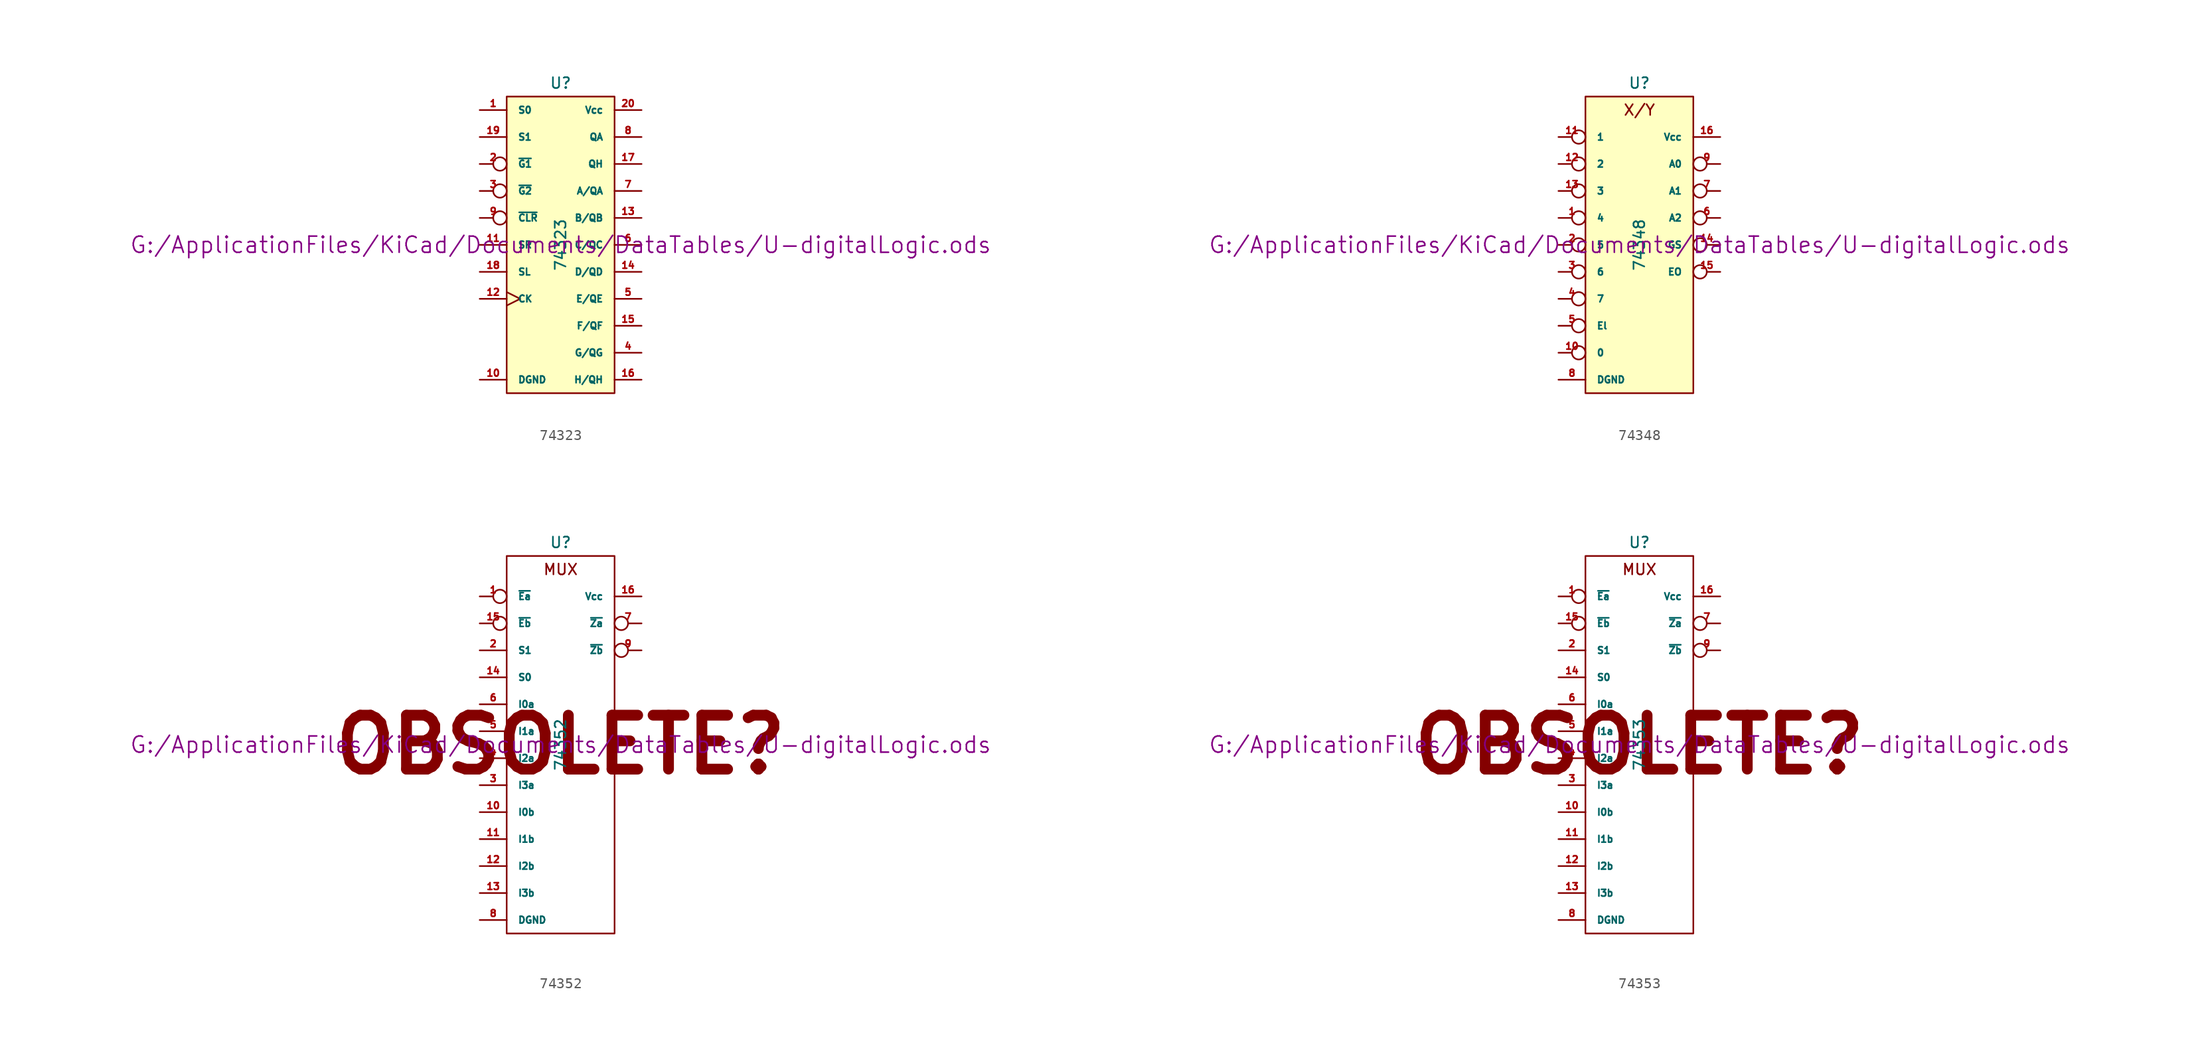
<source format=kicad_sym>
(kicad_symbol_lib
  (version 20211014)
  (generator kicad_symbol_editor)
  (symbol "74323"
    (pin_names
      (offset 1.016))
    (property "Reference" "U"
      (at 0 15.24 0)
      (effects (font (size 1.016 1.016))))
    (property "Value" "74323"
      (at 0 0 90)
      (effects (font (size 1.016 1.016))))
    (property "Footprint" ""
      (at 0 0 0)
      (effects (font (size 1.524 1.524))))
    (property "Datasheet" "G:/ApplicationFiles/KiCad/Documents/DataTables/U-digitalLogic.ods"
      (at 0 0 0)
      (effects (font (size 1.524 1.524))))
    (symbol "74323_0_1"
      (rectangle (start -5.08 13.97) (end 5.08 -13.97) (stroke (width 0) (type default) (color 0 0 0 0)) (fill (type background))))
    (symbol "74323_1_1"
      (pin input line (at -7.62 12.7 0) (length 2.54) (name "S0" (effects (font (size 0.635 0.635)))) (number "1" (effects (font (size 0.635 0.635)))))
      (pin power_in line (at -7.62 -12.7 0) (length 2.54) (name "DGND" (effects (font (size 0.635 0.635)))) (number "10" (effects (font (size 0.635 0.635)))))
      (pin input line (at -7.62 0 0) (length 2.54) (name "SR" (effects (font (size 0.635 0.635)))) (number "11" (effects (font (size 0.635 0.635)))))
      (pin input clock (at -7.62 -5.08 0) (length 2.54) (name "CK" (effects (font (size 0.635 0.635)))) (number "12" (effects (font (size 0.635 0.635)))))
      (pin tri_state line (at 7.62 2.54 180) (length 2.54) (name "B/QB" (effects (font (size 0.635 0.635)))) (number "13" (effects (font (size 0.635 0.635)))))
      (pin tri_state line (at 7.62 -2.54 180) (length 2.54) (name "D/QD" (effects (font (size 0.635 0.635)))) (number "14" (effects (font (size 0.635 0.635)))))
      (pin tri_state line (at 7.62 -7.62 180) (length 2.54) (name "F/QF" (effects (font (size 0.635 0.635)))) (number "15" (effects (font (size 0.635 0.635)))))
      (pin tri_state line (at 7.62 -12.7 180) (length 2.54) (name "H/QH" (effects (font (size 0.635 0.635)))) (number "16" (effects (font (size 0.635 0.635)))))
      (pin output line (at 7.62 7.62 180) (length 2.54) (name "QH" (effects (font (size 0.635 0.635)))) (number "17" (effects (font (size 0.635 0.635)))))
      (pin input line (at -7.62 -2.54 0) (length 2.54) (name "SL" (effects (font (size 0.635 0.635)))) (number "18" (effects (font (size 0.635 0.635)))))
      (pin input line (at -7.62 10.16 0) (length 2.54) (name "S1" (effects (font (size 0.635 0.635)))) (number "19" (effects (font (size 0.635 0.635)))))
      (pin input inverted (at -7.62 7.62 0) (length 2.54) (name "~{G1}" (effects (font (size 0.635 0.635)))) (number "2" (effects (font (size 0.635 0.635)))))
      (pin power_in line (at 7.62 12.7 180) (length 2.54) (name "Vcc" (effects (font (size 0.635 0.635)))) (number "20" (effects (font (size 0.635 0.635)))))
      (pin input inverted (at -7.62 5.08 0) (length 2.54) (name "~{G2}" (effects (font (size 0.635 0.635)))) (number "3" (effects (font (size 0.635 0.635)))))
      (pin tri_state line (at 7.62 -10.16 180) (length 2.54) (name "G/QG" (effects (font (size 0.635 0.635)))) (number "4" (effects (font (size 0.635 0.635)))))
      (pin tri_state line (at 7.62 -5.08 180) (length 2.54) (name "E/QE" (effects (font (size 0.635 0.635)))) (number "5" (effects (font (size 0.635 0.635)))))
      (pin tri_state line (at 7.62 0 180) (length 2.54) (name "C/QC" (effects (font (size 0.635 0.635)))) (number "6" (effects (font (size 0.635 0.635)))))
      (pin tri_state line (at 7.62 5.08 180) (length 2.54) (name "A/QA" (effects (font (size 0.635 0.635)))) (number "7" (effects (font (size 0.635 0.635)))))
      (pin output line (at 7.62 10.16 180) (length 2.54) (name "QA" (effects (font (size 0.635 0.635)))) (number "8" (effects (font (size 0.635 0.635)))))
      (pin input inverted (at -7.62 2.54 0) (length 2.54) (name "~{CLR}" (effects (font (size 0.635 0.635)))) (number "9" (effects (font (size 0.635 0.635)))))))
  (symbol "74348"
    (pin_names
      (offset 1.016))
    (property "Reference" "U"
      (at 0 15.24 0)
      (effects (font (size 1.016 1.016))))
    (property "Value" "74348"
      (at 0 0 90)
      (effects (font (size 1.016 1.016))))
    (property "Footprint" ""
      (at 0 0 0)
      (effects (font (size 1.524 1.524))))
    (property "Datasheet" "G:/ApplicationFiles/KiCad/Documents/DataTables/U-digitalLogic.ods"
      (at 0 0 0)
      (effects (font (size 1.524 1.524))))
    (symbol "74348_0_0"
      (text "X/Y" (at 0 12.7 0) (effects (font (size 1.016 1.016)))))
    (symbol "74348_0_1"
      (rectangle (start -5.08 13.97) (end 5.08 -13.97) (stroke (width 0) (type default) (color 0 0 0 0)) (fill (type background))))
    (symbol "74348_1_1"
      (pin input inverted (at -7.62 2.54 0) (length 2.54) (name "4" (effects (font (size 0.635 0.635)))) (number "1" (effects (font (size 0.635 0.635)))))
      (pin input inverted (at -7.62 -10.16 0) (length 2.54) (name "0" (effects (font (size 0.635 0.635)))) (number "10" (effects (font (size 0.635 0.635)))))
      (pin input inverted (at -7.62 10.16 0) (length 2.54) (name "1" (effects (font (size 0.635 0.635)))) (number "11" (effects (font (size 0.635 0.635)))))
      (pin input inverted (at -7.62 7.62 0) (length 2.54) (name "2" (effects (font (size 0.635 0.635)))) (number "12" (effects (font (size 0.635 0.635)))))
      (pin input inverted (at -7.62 5.08 0) (length 2.54) (name "3" (effects (font (size 0.635 0.635)))) (number "13" (effects (font (size 0.635 0.635)))))
      (pin tri_state inverted (at 7.62 0 180) (length 2.54) (name "GS" (effects (font (size 0.635 0.635)))) (number "14" (effects (font (size 0.635 0.635)))))
      (pin tri_state inverted (at 7.62 -2.54 180) (length 2.54) (name "EO" (effects (font (size 0.635 0.635)))) (number "15" (effects (font (size 0.635 0.635)))))
      (pin power_in line (at 7.62 10.16 180) (length 2.54) (name "Vcc" (effects (font (size 0.635 0.635)))) (number "16" (effects (font (size 0.635 0.635)))))
      (pin input inverted (at -7.62 0 0) (length 2.54) (name "5" (effects (font (size 0.635 0.635)))) (number "2" (effects (font (size 0.635 0.635)))))
      (pin input inverted (at -7.62 -2.54 0) (length 2.54) (name "6" (effects (font (size 0.635 0.635)))) (number "3" (effects (font (size 0.635 0.635)))))
      (pin input inverted (at -7.62 -5.08 0) (length 2.54) (name "7" (effects (font (size 0.635 0.635)))) (number "4" (effects (font (size 0.635 0.635)))))
      (pin input inverted (at -7.62 -7.62 0) (length 2.54) (name "El" (effects (font (size 0.635 0.635)))) (number "5" (effects (font (size 0.635 0.635)))))
      (pin tri_state inverted (at 7.62 2.54 180) (length 2.54) (name "A2" (effects (font (size 0.635 0.635)))) (number "6" (effects (font (size 0.635 0.635)))))
      (pin tri_state inverted (at 7.62 5.08 180) (length 2.54) (name "A1" (effects (font (size 0.635 0.635)))) (number "7" (effects (font (size 0.635 0.635)))))
      (pin power_in line (at -7.62 -12.7 0) (length 2.54) (name "DGND" (effects (font (size 0.635 0.635)))) (number "8" (effects (font (size 0.635 0.635)))))
      (pin tri_state inverted (at 7.62 7.62 180) (length 2.54) (name "A0" (effects (font (size 0.635 0.635)))) (number "9" (effects (font (size 0.635 0.635)))))))
  (symbol "74352"
    (pin_names
      (offset 1.016))
    (property "Reference" "U"
      (at 0 19.05 0)
      (effects (font (size 1.016 1.016))))
    (property "Value" "74352"
      (at 0 0 90)
      (effects (font (size 1.016 1.016))))
    (property "Footprint" ""
      (at 0 0 0)
      (effects (font (size 1.524 1.524))))
    (property "Datasheet" "G:/ApplicationFiles/KiCad/Documents/DataTables/U-digitalLogic.ods"
      (at 0 0 0)
      (effects (font (size 1.524 1.524))))
    (symbol "74352_0_0"
      (text "MUX" (at 0 16.51 0) (effects (font (size 1.016 1.016))))
      (text "OBSOLETE?" (at 0 0 0) (effects (font (size 5.08 5.08) bold))))
    (symbol "74352_0_1"
      (rectangle (start -5.08 17.78) (end 5.08 -17.78) (stroke (width 0) (type default) (color 0 0 0 0)) (fill (type none))))
    (symbol "74352_1_1"
      (pin input inverted (at -7.62 13.97 0) (length 2.54) (name "~{Ea}" (effects (font (size 0.635 0.635)))) (number "1" (effects (font (size 0.635 0.635)))))
      (pin input line (at -7.62 -6.35 0) (length 2.54) (name "I0b" (effects (font (size 0.635 0.635)))) (number "10" (effects (font (size 0.635 0.635)))))
      (pin input line (at -7.62 -8.89 0) (length 2.54) (name "I1b" (effects (font (size 0.635 0.635)))) (number "11" (effects (font (size 0.635 0.635)))))
      (pin input line (at -7.62 -11.43 0) (length 2.54) (name "I2b" (effects (font (size 0.635 0.635)))) (number "12" (effects (font (size 0.635 0.635)))))
      (pin input line (at -7.62 -13.97 0) (length 2.54) (name "I3b" (effects (font (size 0.635 0.635)))) (number "13" (effects (font (size 0.635 0.635)))))
      (pin input line (at -7.62 6.35 0) (length 2.54) (name "S0" (effects (font (size 0.635 0.635)))) (number "14" (effects (font (size 0.635 0.635)))))
      (pin input inverted (at -7.62 11.43 0) (length 2.54) (name "~{Eb}" (effects (font (size 0.635 0.635)))) (number "15" (effects (font (size 0.635 0.635)))))
      (pin power_in line (at 7.62 13.97 180) (length 2.54) (name "Vcc" (effects (font (size 0.635 0.635)))) (number "16" (effects (font (size 0.635 0.635)))))
      (pin input line (at -7.62 8.89 0) (length 2.54) (name "S1" (effects (font (size 0.635 0.635)))) (number "2" (effects (font (size 0.635 0.635)))))
      (pin input line (at -7.62 -3.81 0) (length 2.54) (name "I3a" (effects (font (size 0.635 0.635)))) (number "3" (effects (font (size 0.635 0.635)))))
      (pin input line (at -7.62 -1.27 0) (length 2.54) (name "I2a" (effects (font (size 0.635 0.635)))) (number "4" (effects (font (size 0.635 0.635)))))
      (pin input line (at -7.62 1.27 0) (length 2.54) (name "I1a" (effects (font (size 0.635 0.635)))) (number "5" (effects (font (size 0.635 0.635)))))
      (pin input line (at -7.62 3.81 0) (length 2.54) (name "I0a" (effects (font (size 0.635 0.635)))) (number "6" (effects (font (size 0.635 0.635)))))
      (pin output inverted (at 7.62 11.43 180) (length 2.54) (name "~{Za}" (effects (font (size 0.635 0.635)))) (number "7" (effects (font (size 0.635 0.635)))))
      (pin power_in line (at -7.62 -16.51 0) (length 2.54) (name "DGND" (effects (font (size 0.635 0.635)))) (number "8" (effects (font (size 0.635 0.635)))))
      (pin output inverted (at 7.62 8.89 180) (length 2.54) (name "~{Zb}" (effects (font (size 0.635 0.635)))) (number "9" (effects (font (size 0.635 0.635)))))))
  (symbol "74353"
    (pin_names
      (offset 1.016))
    (property "Reference" "U"
      (at 0 19.05 0)
      (effects (font (size 1.016 1.016))))
    (property "Value" "74353"
      (at 0 0 90)
      (effects (font (size 1.016 1.016))))
    (property "Footprint" ""
      (at 0 0 0)
      (effects (font (size 1.524 1.524))))
    (property "Datasheet" "G:/ApplicationFiles/KiCad/Documents/DataTables/U-digitalLogic.ods"
      (at 0 0 0)
      (effects (font (size 1.524 1.524))))
    (symbol "74353_0_0"
      (text "MUX" (at 0 16.51 0) (effects (font (size 1.016 1.016))))
      (text "OBSOLETE?" (at 0 0 0) (effects (font (size 5.08 5.08) bold))))
    (symbol "74353_0_1"
      (rectangle (start -5.08 17.78) (end 5.08 -17.78) (stroke (width 0) (type default) (color 0 0 0 0)) (fill (type none))))
    (symbol "74353_1_1"
      (pin input inverted (at -7.62 13.97 0) (length 2.54) (name "~{Ea}" (effects (font (size 0.635 0.635)))) (number "1" (effects (font (size 0.635 0.635)))))
      (pin input line (at -7.62 -6.35 0) (length 2.54) (name "I0b" (effects (font (size 0.635 0.635)))) (number "10" (effects (font (size 0.635 0.635)))))
      (pin input line (at -7.62 -8.89 0) (length 2.54) (name "I1b" (effects (font (size 0.635 0.635)))) (number "11" (effects (font (size 0.635 0.635)))))
      (pin input line (at -7.62 -11.43 0) (length 2.54) (name "I2b" (effects (font (size 0.635 0.635)))) (number "12" (effects (font (size 0.635 0.635)))))
      (pin input line (at -7.62 -13.97 0) (length 2.54) (name "I3b" (effects (font (size 0.635 0.635)))) (number "13" (effects (font (size 0.635 0.635)))))
      (pin input line (at -7.62 6.35 0) (length 2.54) (name "S0" (effects (font (size 0.635 0.635)))) (number "14" (effects (font (size 0.635 0.635)))))
      (pin input inverted (at -7.62 11.43 0) (length 2.54) (name "~{Eb}" (effects (font (size 0.635 0.635)))) (number "15" (effects (font (size 0.635 0.635)))))
      (pin power_in line (at 7.62 13.97 180) (length 2.54) (name "Vcc" (effects (font (size 0.635 0.635)))) (number "16" (effects (font (size 0.635 0.635)))))
      (pin input line (at -7.62 8.89 0) (length 2.54) (name "S1" (effects (font (size 0.635 0.635)))) (number "2" (effects (font (size 0.635 0.635)))))
      (pin input line (at -7.62 -3.81 0) (length 2.54) (name "I3a" (effects (font (size 0.635 0.635)))) (number "3" (effects (font (size 0.635 0.635)))))
      (pin input line (at -7.62 -1.27 0) (length 2.54) (name "I2a" (effects (font (size 0.635 0.635)))) (number "4" (effects (font (size 0.635 0.635)))))
      (pin input line (at -7.62 1.27 0) (length 2.54) (name "I1a" (effects (font (size 0.635 0.635)))) (number "5" (effects (font (size 0.635 0.635)))))
      (pin input line (at -7.62 3.81 0) (length 2.54) (name "I0a" (effects (font (size 0.635 0.635)))) (number "6" (effects (font (size 0.635 0.635)))))
      (pin tri_state inverted (at 7.62 11.43 180) (length 2.54) (name "~{Za}" (effects (font (size 0.635 0.635)))) (number "7" (effects (font (size 0.635 0.635)))))
      (pin power_in line (at -7.62 -16.51 0) (length 2.54) (name "DGND" (effects (font (size 0.635 0.635)))) (number "8" (effects (font (size 0.635 0.635)))))
      (pin tri_state inverted (at 7.62 8.89 180) (length 2.54) (name "~{Zb}" (effects (font (size 0.635 0.635)))) (number "9" (effects (font (size 0.635 0.635))))))))
</source>
